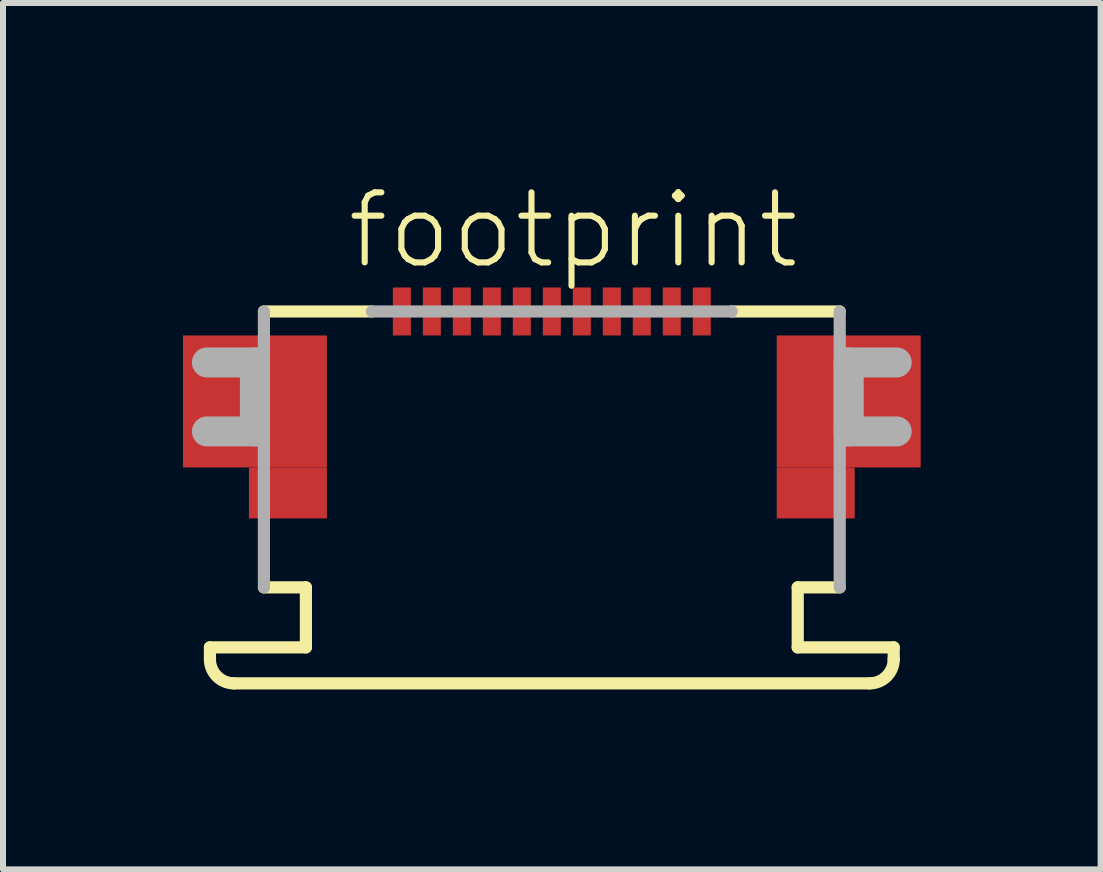
<source format=kicad_pcb>
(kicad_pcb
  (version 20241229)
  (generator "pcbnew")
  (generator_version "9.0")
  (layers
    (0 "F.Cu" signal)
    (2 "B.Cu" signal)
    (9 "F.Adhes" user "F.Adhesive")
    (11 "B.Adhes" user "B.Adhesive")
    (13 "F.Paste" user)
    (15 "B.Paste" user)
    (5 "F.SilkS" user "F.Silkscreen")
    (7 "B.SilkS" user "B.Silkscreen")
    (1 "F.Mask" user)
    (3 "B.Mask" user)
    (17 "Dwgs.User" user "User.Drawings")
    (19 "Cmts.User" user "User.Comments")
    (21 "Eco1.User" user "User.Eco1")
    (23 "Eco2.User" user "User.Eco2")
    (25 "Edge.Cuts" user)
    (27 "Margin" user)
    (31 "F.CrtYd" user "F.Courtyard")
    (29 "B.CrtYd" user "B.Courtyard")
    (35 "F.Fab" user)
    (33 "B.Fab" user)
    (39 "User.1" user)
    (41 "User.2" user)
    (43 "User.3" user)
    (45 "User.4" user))
  (footprint "footprint"
    (layer "F.Cu")
    (at 6.15 2.743)
    (property "Reference" "footprint" (at -3.465 -1.27 0) (layer "F.SilkS") (effects (font (size 1.168 1.168) (thickness 0.102)) (justify left bottom)))
    (fp_poly (pts (xy -6.15 2) (xy -3.75 2) (xy -3.75 -0.2) (xy -6.15 -0.2)) (stroke (width 0) (type solid)) (fill yes) (layer "F.Cu"))
    (fp_poly (pts (xy -5.05 2.85) (xy -3.75 2.85) (xy -3.75 2) (xy -5.05 2)) (stroke (width 0) (type solid)) (fill yes) (layer "F.Cu"))
    (fp_poly (pts (xy 3.75 2) (xy 6.15 2) (xy 6.15 -0.2) (xy 3.75 -0.2)) (stroke (width 0) (type solid)) (fill yes) (layer "F.Cu"))
    (fp_poly (pts (xy 3.75 2.85) (xy 5.05 2.85) (xy 5.05 2) (xy 3.75 2)) (stroke (width 0) (type solid)) (fill yes) (layer "F.Cu"))
    (fp_poly (pts (xy -6.15 2) (xy -3.75 2) (xy -3.75 -0.2) (xy -6.15 -0.2)) (stroke (width 0) (type solid)) (fill yes) (layer "F.Mask"))
    (fp_poly (pts (xy -5.05 2.85) (xy -3.75 2.85) (xy -3.75 2) (xy -5.05 2)) (stroke (width 0) (type solid)) (fill yes) (layer "F.Mask"))
    (fp_poly (pts (xy -2.675 -0.175) (xy -2.325 -0.175) (xy -2.325 -1.025) (xy -2.675 -1.025)) (stroke (width 0) (type solid)) (fill yes) (layer "F.Mask"))
    (fp_poly (pts (xy -2.175 -0.175) (xy -1.825 -0.175) (xy -1.825 -1.025) (xy -2.175 -1.025)) (stroke (width 0) (type solid)) (fill yes) (layer "F.Mask"))
    (fp_poly (pts (xy -1.675 -0.175) (xy -1.325 -0.175) (xy -1.325 -1.025) (xy -1.675 -1.025)) (stroke (width 0) (type solid)) (fill yes) (layer "F.Mask"))
    (fp_poly (pts (xy -1.175 -0.175) (xy -0.825 -0.175) (xy -0.825 -1.025) (xy -1.175 -1.025)) (stroke (width 0) (type solid)) (fill yes) (layer "F.Mask"))
    (fp_poly (pts (xy -0.675 -0.175) (xy -0.325 -0.175) (xy -0.325 -1.025) (xy -0.675 -1.025)) (stroke (width 0) (type solid)) (fill yes) (layer "F.Mask"))
    (fp_poly (pts (xy -0.175 -0.175) (xy 0.175 -0.175) (xy 0.175 -1.025) (xy -0.175 -1.025)) (stroke (width 0) (type solid)) (fill yes) (layer "F.Mask"))
    (fp_poly (pts (xy 0.325 -0.175) (xy 0.675 -0.175) (xy 0.675 -1.025) (xy 0.325 -1.025)) (stroke (width 0) (type solid)) (fill yes) (layer "F.Mask"))
    (fp_poly (pts (xy 0.825 -0.175) (xy 1.175 -0.175) (xy 1.175 -1.025) (xy 0.825 -1.025)) (stroke (width 0) (type solid)) (fill yes) (layer "F.Mask"))
    (fp_poly (pts (xy 1.325 -0.175) (xy 1.675 -0.175) (xy 1.675 -1.025) (xy 1.325 -1.025)) (stroke (width 0) (type solid)) (fill yes) (layer "F.Mask"))
    (fp_poly (pts (xy 1.825 -0.175) (xy 2.175 -0.175) (xy 2.175 -1.025) (xy 1.825 -1.025)) (stroke (width 0) (type solid)) (fill yes) (layer "F.Mask"))
    (fp_poly (pts (xy 2.325 -0.175) (xy 2.675 -0.175) (xy 2.675 -1.025) (xy 2.325 -1.025)) (stroke (width 0) (type solid)) (fill yes) (layer "F.Mask"))
    (fp_poly (pts (xy 3.75 2) (xy 6.15 2) (xy 6.15 -0.2) (xy 3.75 -0.2)) (stroke (width 0) (type solid)) (fill yes) (layer "F.Mask"))
    (fp_poly (pts (xy 3.75 2.85) (xy 5.05 2.85) (xy 5.05 2) (xy 3.75 2)) (stroke (width 0) (type solid)) (fill yes) (layer "F.Mask"))
    (fp_line (start -5.7 5) (end -4.1 5) (stroke (width 0.203) (type solid)) (layer "F.SilkS"))
    (fp_line (start -5.7 5.2) (end -5.7 5) (stroke (width 0.203) (type solid)) (layer "F.SilkS"))
    (fp_line (start -4.8 -0.6) (end -3 -0.6) (stroke (width 0.203) (type solid)) (layer "F.SilkS"))
    (fp_line (start -4.1 4) (end -4.8 4) (stroke (width 0.203) (type solid)) (layer "F.SilkS"))
    (fp_line (start -4.1 5) (end -4.1 4) (stroke (width 0.203) (type solid)) (layer "F.SilkS"))
    (fp_line (start 3 -0.6) (end 4.8 -0.6) (stroke (width 0.203) (type solid)) (layer "F.SilkS"))
    (fp_line (start 4.1 4) (end 4.1 5) (stroke (width 0.203) (type solid)) (layer "F.SilkS"))
    (fp_line (start 4.1 5) (end 5.7 5) (stroke (width 0.203) (type solid)) (layer "F.SilkS"))
    (fp_line (start 4.8 4) (end 4.1 4) (stroke (width 0.203) (type solid)) (layer "F.SilkS"))
    (fp_line (start 5.3 5.6) (end -5.3 5.6) (stroke (width 0.203) (type solid)) (layer "F.SilkS"))
    (fp_line (start 5.7 5) (end 5.7 5.2) (stroke (width 0.203) (type solid)) (layer "F.SilkS"))
    (fp_arc (start -5.3 5.6) (mid -5.582843 5.482843) (end -5.7 5.2) (stroke (width 0.2032) (type solid)) (layer "F.SilkS"))
    (fp_arc (start 5.7 5.2) (mid 5.582843 5.482843) (end 5.3 5.6) (stroke (width 0.2032) (type solid)) (layer "F.SilkS"))
    (fp_poly (pts (xy -6.025 1.9) (xy -3.85 1.9) (xy -3.85 -0.075) (xy -6.025 -0.075)) (stroke (width 0) (type solid)) (fill yes) (layer "F.Paste"))
    (fp_poly (pts (xy -4.95 2.75) (xy -3.85 2.75) (xy -3.85 1.9) (xy -4.95 1.9)) (stroke (width 0) (type solid)) (fill yes) (layer "F.Paste"))
    (fp_poly (pts (xy 3.85 1.9) (xy 6.025 1.9) (xy 6.025 -0.075) (xy 3.85 -0.075)) (stroke (width 0) (type solid)) (fill yes) (layer "F.Paste"))
    (fp_poly (pts (xy 3.85 2.75) (xy 4.95 2.75) (xy 4.95 1.9) (xy 3.85 1.9)) (stroke (width 0) (type solid)) (fill yes) (layer "F.Paste"))
    (fp_line (start -5.75 0.25) (end -4.95 0.25) (stroke (width 0.5) (type solid)) (layer "F.Fab"))
    (fp_line (start -4.95 0.25) (end -4.95 1.4) (stroke (width 0.5) (type solid)) (layer "F.Fab"))
    (fp_line (start -4.95 1.4) (end -5.75 1.4) (stroke (width 0.5) (type solid)) (layer "F.Fab"))
    (fp_line (start -4.8 4) (end -4.8 -0.6) (stroke (width 0.203) (type solid)) (layer "F.Fab"))
    (fp_line (start -3 -0.6) (end 3 -0.6) (stroke (width 0.203) (type solid)) (layer "F.Fab"))
    (fp_line (start 4.8 -0.6) (end 4.8 4) (stroke (width 0.203) (type solid)) (layer "F.Fab"))
    (fp_line (start 4.95 0.25) (end 5.75 0.25) (stroke (width 0.5) (type solid)) (layer "F.Fab"))
    (fp_line (start 4.95 1.4) (end 4.95 0.25) (stroke (width 0.5) (type solid)) (layer "F.Fab"))
    (fp_line (start 5.75 1.4) (end 4.95 1.4) (stroke (width 0.5) (type solid)) (layer "F.Fab"))
    (pad "1" smd rect (at -2.5 -0.6) (size 0.3 0.8) (layers "F.Cu" "F.Paste"))
    (pad "2" smd rect (at -2 -0.6) (size 0.3 0.8) (layers "F.Cu" "F.Paste"))
    (pad "3" smd rect (at -1.5 -0.6) (size 0.3 0.8) (layers "F.Cu" "F.Paste"))
    (pad "4" smd rect (at -1 -0.6) (size 0.3 0.8) (layers "F.Cu" "F.Paste"))
    (pad "5" smd rect (at -0.5 -0.6) (size 0.3 0.8) (layers "F.Cu" "F.Paste"))
    (pad "6" smd rect (at 0 -0.6) (size 0.3 0.8) (layers "F.Cu" "F.Paste"))
    (pad "7" smd rect (at 0.5 -0.6) (size 0.3 0.8) (layers "F.Cu" "F.Paste"))
    (pad "8" smd rect (at 1 -0.6) (size 0.3 0.8) (layers "F.Cu" "F.Paste"))
    (pad "9" smd rect (at 1.5 -0.6) (size 0.3 0.8) (layers "F.Cu" "F.Paste"))
    (pad "10" smd rect (at 2 -0.6) (size 0.3 0.8) (layers "F.Cu" "F.Paste"))
    (pad "11" smd rect (at 2.5 -0.6) (size 0.3 0.8) (layers "F.Cu" "F.Paste")))
  (gr_rect
    (start -3 -3)
    (end 15.3 11.445)
    (stroke (width 0.1) (type default))
    (fill no)
    (layer "Edge.Cuts")))
</source>
